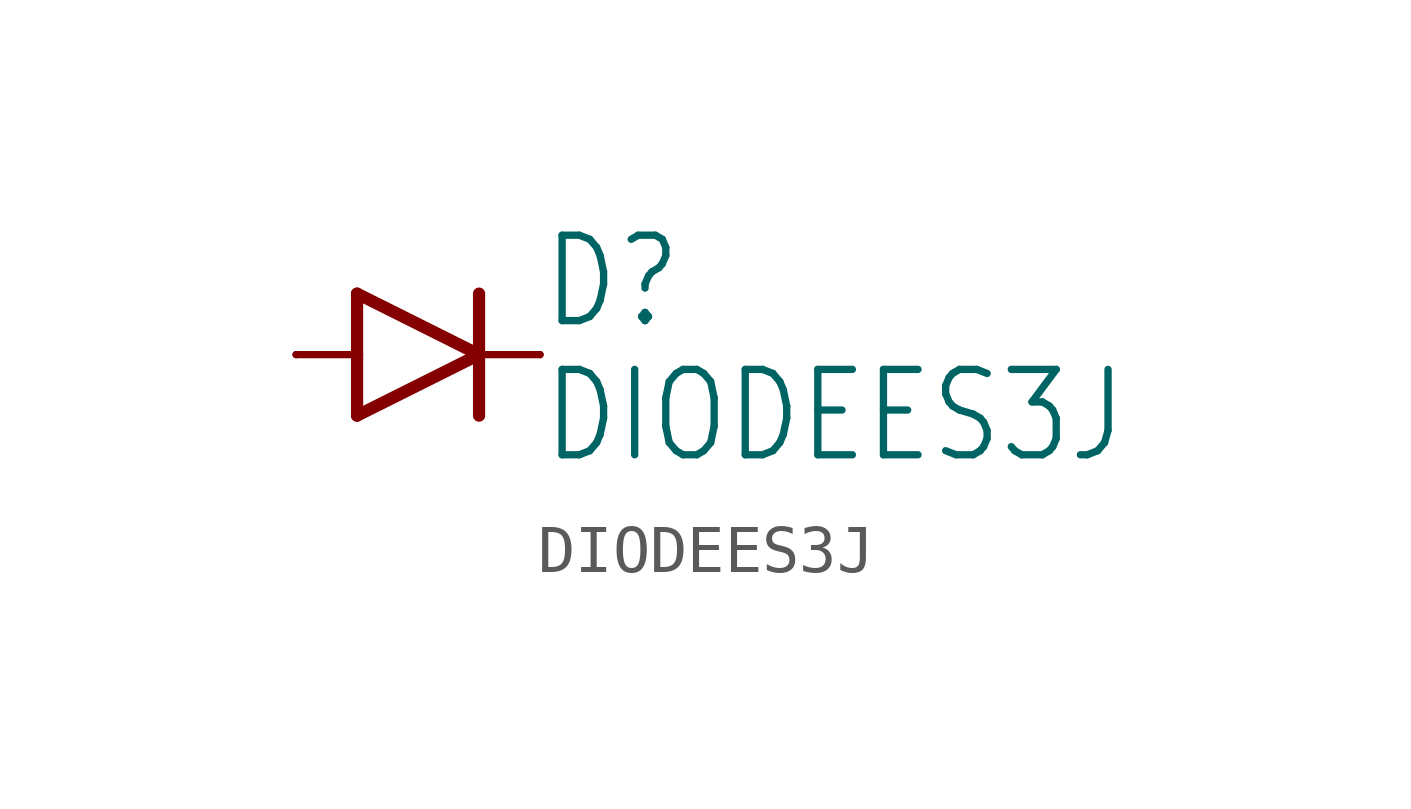
<source format=kicad_sym>
(kicad_symbol_lib
  (version 20220914)
  (generator kicad_symbol_editor)
  (symbol "DIODEES3J"
    (property "Reference" "D"
      (at 2.54 0.483 0)
      (effects (font (size 1.778 1.511)) (justify left bottom)))
    (property "Value" "DIODEES3J"
      (at 2.54 -2.311 0)
      (effects (font (size 1.778 1.511)) (justify left bottom)))
    (property "ki_locked" ""
      (at 0 0 0)
      (effects (font (size 1.27 1.27))))
    (symbol "DIODEES3J_1_0"
      (polyline (pts (xy -2.54 0) (xy -1.27 0)) (stroke (width 0.152) (type default)) (fill (type none)))
      (polyline (pts (xy -1.27 -1.27) (xy 1.27 0)) (stroke (width 0.254) (type default)) (fill (type none)))
      (polyline (pts (xy -1.27 0) (xy -1.27 -1.27)) (stroke (width 0.254) (type default)) (fill (type none)))
      (polyline (pts (xy -1.27 1.27) (xy -1.27 0)) (stroke (width 0.254) (type default)) (fill (type none)))
      (polyline (pts (xy 1.27 0) (xy -1.27 1.27)) (stroke (width 0.254) (type default)) (fill (type none)))
      (polyline (pts (xy 1.27 0) (xy 1.27 -1.27)) (stroke (width 0.254) (type default)) (fill (type none)))
      (polyline (pts (xy 1.27 1.27) (xy 1.27 0)) (stroke (width 0.254) (type default)) (fill (type none)))
      (polyline (pts (xy 2.54 0) (xy 1.27 0)) (stroke (width 0.152) (type default)) (fill (type none)))
      (pin passive line (at -2.54 0 0) (length 0) (name "A" (effects (font (size 0 0)))) (number "A" (effects (font (size 0 0)))))
      (pin passive line (at 2.54 0 180) (length 0) (name "C" (effects (font (size 0 0)))) (number "C" (effects (font (size 0 0))))))))
</source>
